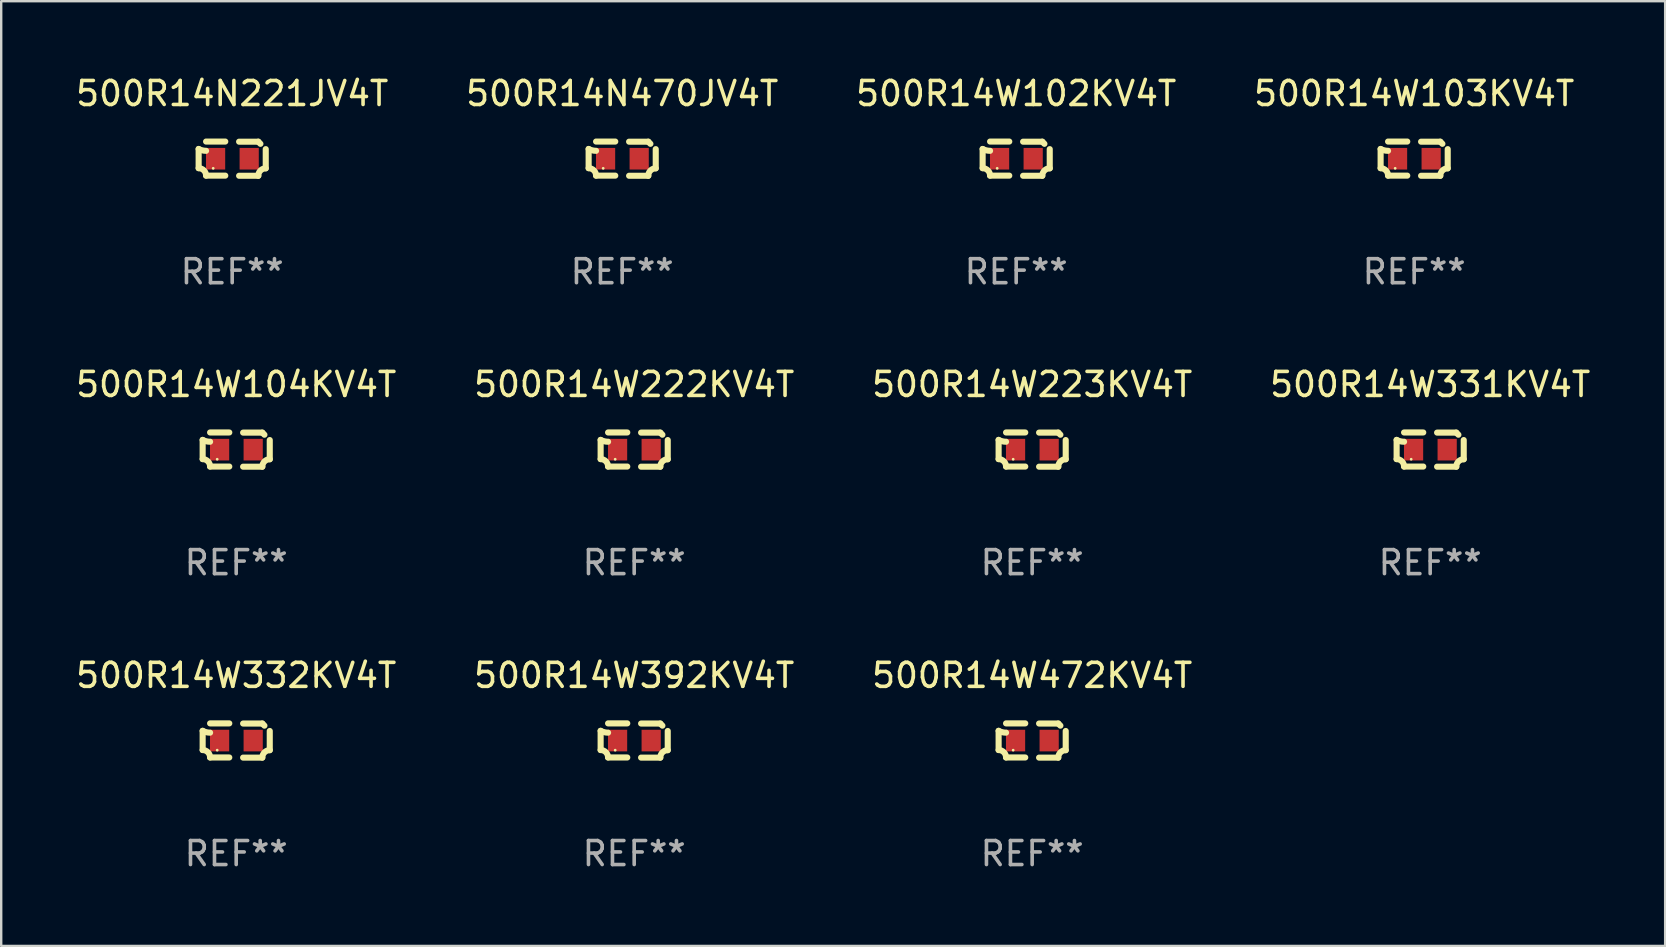
<source format=kicad_pcb>
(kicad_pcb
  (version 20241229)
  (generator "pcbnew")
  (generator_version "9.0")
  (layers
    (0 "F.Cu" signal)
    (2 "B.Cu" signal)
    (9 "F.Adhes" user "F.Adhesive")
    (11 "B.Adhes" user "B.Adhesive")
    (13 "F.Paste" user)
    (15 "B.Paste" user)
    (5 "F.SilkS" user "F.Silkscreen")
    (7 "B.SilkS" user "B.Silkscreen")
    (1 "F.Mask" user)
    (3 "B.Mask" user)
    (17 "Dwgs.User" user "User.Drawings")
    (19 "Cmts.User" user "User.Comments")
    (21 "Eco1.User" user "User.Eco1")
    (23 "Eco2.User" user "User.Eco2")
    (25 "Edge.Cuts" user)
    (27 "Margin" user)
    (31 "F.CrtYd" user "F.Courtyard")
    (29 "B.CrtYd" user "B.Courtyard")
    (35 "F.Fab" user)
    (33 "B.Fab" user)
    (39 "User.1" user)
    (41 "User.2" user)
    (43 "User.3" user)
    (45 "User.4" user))
  (footprint "500R14W103KV4T"
    (layer "F.Cu")
    (at 55.875 3.561)
    (property "Reference" "500R14W103KV4T" (at 0 -2.713 0) (layer "F.SilkS") (effects (font (size 1 1) (thickness 0.15))))
    (attr through_hole)
    (fp_line (start -1.398 -0.403) (end -1.398 0.397) (stroke (width 0.254) (type solid)) (layer "F.SilkS"))
    (fp_line (start -0.288 -0.713) (end -1.088 -0.713) (stroke (width 0.254) (type solid)) (layer "F.SilkS"))
    (fp_line (start -0.288 0.707) (end -1.088 0.707) (stroke (width 0.254) (type solid)) (layer "F.SilkS"))
    (fp_line (start 0.288 -0.707) (end 1.088 -0.707) (stroke (width 0.254) (type solid)) (layer "F.SilkS"))
    (fp_line (start 0.288 0.713) (end 1.088 0.713) (stroke (width 0.254) (type solid)) (layer "F.SilkS"))
    (fp_line (start 1.398 -0.397) (end 1.398 0.403) (stroke (width 0.254) (type solid)) (layer "F.SilkS"))
    (fp_arc (start -1.397789 0.397066) (mid -1.178701 0.487826) (end -1.08796 0.706922) (stroke (width 0.254001) (type solid)) (layer "F.SilkS"))
    (fp_arc (start -1.08796 -0.327176) (mid -1.247436 -0.346384) (end -1.39779 -0.402908) (stroke (width 0.254001) (type solid)) (layer "F.SilkS"))
    (fp_arc (start 1.087909 0.712738) (mid 1.178656 0.493655) (end 1.397739 0.402908) (stroke (width 0.254001) (type solid)) (layer "F.SilkS"))
    (fp_arc (start 1.175925 -0.618926) (mid 1.131917 -0.662923) (end 1.08791 -0.706922) (stroke (width 0.254001) (type solid)) (layer "F.SilkS"))
    (fp_circle (center -0.792 0.403) (end -0.762 0.403) (stroke (width 0.06) (type solid)) (fill no) (layer "F.SilkS"))
    (fp_text user "REF**" (at 0 4.713 0) (layer "F.Fab") (effects (font (size 1 1) (thickness 0.15))))
    (pad "1" smd rect (at -0.692 0.003) (size 0.8 0.9) (layers "F.Cu" "F.Mask" "F.Paste"))
    (pad "2" smd rect (at 0.708 0.003) (size 0.8 0.9) (layers "F.Cu" "F.Mask" "F.Paste")))
  (footprint "500R14W102KV4T"
    (layer "F.Cu")
    (at 39.292 3.561)
    (property "Reference" "500R14W102KV4T" (at 0 -2.713 0) (layer "F.SilkS") (effects (font (size 1 1) (thickness 0.15))))
    (attr through_hole)
    (fp_line (start -1.398 -0.403) (end -1.398 0.397) (stroke (width 0.254) (type solid)) (layer "F.SilkS"))
    (fp_line (start -0.288 -0.713) (end -1.088 -0.713) (stroke (width 0.254) (type solid)) (layer "F.SilkS"))
    (fp_line (start -0.288 0.707) (end -1.088 0.707) (stroke (width 0.254) (type solid)) (layer "F.SilkS"))
    (fp_line (start 0.288 -0.707) (end 1.088 -0.707) (stroke (width 0.254) (type solid)) (layer "F.SilkS"))
    (fp_line (start 0.288 0.713) (end 1.088 0.713) (stroke (width 0.254) (type solid)) (layer "F.SilkS"))
    (fp_line (start 1.398 -0.397) (end 1.398 0.403) (stroke (width 0.254) (type solid)) (layer "F.SilkS"))
    (fp_arc (start -1.397789 0.397066) (mid -1.178701 0.487826) (end -1.08796 0.706922) (stroke (width 0.254001) (type solid)) (layer "F.SilkS"))
    (fp_arc (start -1.08796 -0.327176) (mid -1.247436 -0.346384) (end -1.39779 -0.402908) (stroke (width 0.254001) (type solid)) (layer "F.SilkS"))
    (fp_arc (start 1.087909 0.712738) (mid 1.178656 0.493655) (end 1.397739 0.402908) (stroke (width 0.254001) (type solid)) (layer "F.SilkS"))
    (fp_arc (start 1.175925 -0.618926) (mid 1.131917 -0.662923) (end 1.08791 -0.706922) (stroke (width 0.254001) (type solid)) (layer "F.SilkS"))
    (fp_circle (center -0.792 0.403) (end -0.762 0.403) (stroke (width 0.06) (type solid)) (fill no) (layer "F.SilkS"))
    (fp_text user "REF**" (at 0 4.713 0) (layer "F.Fab") (effects (font (size 1 1) (thickness 0.15))))
    (pad "1" smd rect (at -0.692 0.003) (size 0.8 0.9) (layers "F.Cu" "F.Mask" "F.Paste"))
    (pad "2" smd rect (at 0.708 0.003) (size 0.8 0.9) (layers "F.Cu" "F.Mask" "F.Paste")))
  (footprint "500R14N470JV4T"
    (layer "F.Cu")
    (at 22.875 3.561)
    (property "Reference" "500R14N470JV4T" (at 0 -2.713 0) (layer "F.SilkS") (effects (font (size 1 1) (thickness 0.15))))
    (attr through_hole)
    (fp_line (start -1.398 -0.403) (end -1.398 0.397) (stroke (width 0.254) (type solid)) (layer "F.SilkS"))
    (fp_line (start -0.288 -0.713) (end -1.088 -0.713) (stroke (width 0.254) (type solid)) (layer "F.SilkS"))
    (fp_line (start -0.288 0.707) (end -1.088 0.707) (stroke (width 0.254) (type solid)) (layer "F.SilkS"))
    (fp_line (start 0.288 -0.707) (end 1.088 -0.707) (stroke (width 0.254) (type solid)) (layer "F.SilkS"))
    (fp_line (start 0.288 0.713) (end 1.088 0.713) (stroke (width 0.254) (type solid)) (layer "F.SilkS"))
    (fp_line (start 1.398 -0.397) (end 1.398 0.403) (stroke (width 0.254) (type solid)) (layer "F.SilkS"))
    (fp_arc (start -1.397789 0.397066) (mid -1.178701 0.487826) (end -1.08796 0.706922) (stroke (width 0.254001) (type solid)) (layer "F.SilkS"))
    (fp_arc (start -1.08796 -0.327176) (mid -1.247436 -0.346384) (end -1.39779 -0.402908) (stroke (width 0.254001) (type solid)) (layer "F.SilkS"))
    (fp_arc (start 1.087909 0.712738) (mid 1.178656 0.493655) (end 1.397739 0.402908) (stroke (width 0.254001) (type solid)) (layer "F.SilkS"))
    (fp_arc (start 1.175925 -0.618926) (mid 1.131917 -0.662923) (end 1.08791 -0.706922) (stroke (width 0.254001) (type solid)) (layer "F.SilkS"))
    (fp_circle (center -0.792 0.403) (end -0.762 0.403) (stroke (width 0.06) (type solid)) (fill no) (layer "F.SilkS"))
    (fp_text user "REF**" (at 0 4.713 0) (layer "F.Fab") (effects (font (size 1 1) (thickness 0.15))))
    (pad "1" smd rect (at -0.692 0.003) (size 0.8 0.9) (layers "F.Cu" "F.Mask" "F.Paste"))
    (pad "2" smd rect (at 0.708 0.003) (size 0.8 0.9) (layers "F.Cu" "F.Mask" "F.Paste")))
  (footprint "500R14W331KV4T"
    (layer "F.Cu")
    (at 56.542 15.683)
    (property "Reference" "500R14W331KV4T" (at 0 -2.713 0) (layer "F.SilkS") (effects (font (size 1 1) (thickness 0.15))))
    (attr through_hole)
    (fp_line (start -1.398 -0.403) (end -1.398 0.397) (stroke (width 0.254) (type solid)) (layer "F.SilkS"))
    (fp_line (start -0.288 -0.713) (end -1.088 -0.713) (stroke (width 0.254) (type solid)) (layer "F.SilkS"))
    (fp_line (start -0.288 0.707) (end -1.088 0.707) (stroke (width 0.254) (type solid)) (layer "F.SilkS"))
    (fp_line (start 0.288 -0.707) (end 1.088 -0.707) (stroke (width 0.254) (type solid)) (layer "F.SilkS"))
    (fp_line (start 0.288 0.713) (end 1.088 0.713) (stroke (width 0.254) (type solid)) (layer "F.SilkS"))
    (fp_line (start 1.398 -0.397) (end 1.398 0.403) (stroke (width 0.254) (type solid)) (layer "F.SilkS"))
    (fp_arc (start -1.397789 0.397066) (mid -1.178701 0.487826) (end -1.08796 0.706922) (stroke (width 0.254001) (type solid)) (layer "F.SilkS"))
    (fp_arc (start -1.08796 -0.327176) (mid -1.247436 -0.346384) (end -1.39779 -0.402908) (stroke (width 0.254001) (type solid)) (layer "F.SilkS"))
    (fp_arc (start 1.087909 0.712738) (mid 1.178656 0.493655) (end 1.397739 0.402908) (stroke (width 0.254001) (type solid)) (layer "F.SilkS"))
    (fp_arc (start 1.175925 -0.618926) (mid 1.131917 -0.662923) (end 1.08791 -0.706922) (stroke (width 0.254001) (type solid)) (layer "F.SilkS"))
    (fp_circle (center -0.792 0.403) (end -0.762 0.403) (stroke (width 0.06) (type solid)) (fill no) (layer "F.SilkS"))
    (fp_text user "REF**" (at 0 4.713 0) (layer "F.Fab") (effects (font (size 1 1) (thickness 0.15))))
    (pad "1" smd rect (at -0.692 0.003) (size 0.8 0.9) (layers "F.Cu" "F.Mask" "F.Paste"))
    (pad "2" smd rect (at 0.708 0.003) (size 0.8 0.9) (layers "F.Cu" "F.Mask" "F.Paste")))
  (footprint "500R14W392KV4T"
    (layer "F.Cu")
    (at 23.375 27.805)
    (property "Reference" "500R14W392KV4T" (at 0 -2.713 0) (layer "F.SilkS") (effects (font (size 1 1) (thickness 0.15))))
    (attr through_hole)
    (fp_line (start -1.398 -0.403) (end -1.398 0.397) (stroke (width 0.254) (type solid)) (layer "F.SilkS"))
    (fp_line (start -0.288 -0.713) (end -1.088 -0.713) (stroke (width 0.254) (type solid)) (layer "F.SilkS"))
    (fp_line (start -0.288 0.707) (end -1.088 0.707) (stroke (width 0.254) (type solid)) (layer "F.SilkS"))
    (fp_line (start 0.288 -0.707) (end 1.088 -0.707) (stroke (width 0.254) (type solid)) (layer "F.SilkS"))
    (fp_line (start 0.288 0.713) (end 1.088 0.713) (stroke (width 0.254) (type solid)) (layer "F.SilkS"))
    (fp_line (start 1.398 -0.397) (end 1.398 0.403) (stroke (width 0.254) (type solid)) (layer "F.SilkS"))
    (fp_arc (start -1.397789 0.397066) (mid -1.178701 0.487826) (end -1.08796 0.706922) (stroke (width 0.254001) (type solid)) (layer "F.SilkS"))
    (fp_arc (start -1.08796 -0.327176) (mid -1.247436 -0.346384) (end -1.39779 -0.402908) (stroke (width 0.254001) (type solid)) (layer "F.SilkS"))
    (fp_arc (start 1.087909 0.712738) (mid 1.178656 0.493655) (end 1.397739 0.402908) (stroke (width 0.254001) (type solid)) (layer "F.SilkS"))
    (fp_arc (start 1.175925 -0.618926) (mid 1.131917 -0.662923) (end 1.08791 -0.706922) (stroke (width 0.254001) (type solid)) (layer "F.SilkS"))
    (fp_circle (center -0.792 0.403) (end -0.762 0.403) (stroke (width 0.06) (type solid)) (fill no) (layer "F.SilkS"))
    (fp_text user "REF**" (at 0 4.713 0) (layer "F.Fab") (effects (font (size 1 1) (thickness 0.15))))
    (pad "1" smd rect (at -0.692 0.003) (size 0.8 0.9) (layers "F.Cu" "F.Mask" "F.Paste"))
    (pad "2" smd rect (at 0.708 0.003) (size 0.8 0.9) (layers "F.Cu" "F.Mask" "F.Paste")))
  (footprint "500R14N221JV4T"
    (layer "F.Cu")
    (at 6.625 3.561)
    (property "Reference" "500R14N221JV4T" (at 0 -2.713 0) (layer "F.SilkS") (effects (font (size 1 1) (thickness 0.15))))
    (attr through_hole)
    (fp_line (start -1.398 -0.403) (end -1.398 0.397) (stroke (width 0.254) (type solid)) (layer "F.SilkS"))
    (fp_line (start -0.288 -0.713) (end -1.088 -0.713) (stroke (width 0.254) (type solid)) (layer "F.SilkS"))
    (fp_line (start -0.288 0.707) (end -1.088 0.707) (stroke (width 0.254) (type solid)) (layer "F.SilkS"))
    (fp_line (start 0.288 -0.707) (end 1.088 -0.707) (stroke (width 0.254) (type solid)) (layer "F.SilkS"))
    (fp_line (start 0.288 0.713) (end 1.088 0.713) (stroke (width 0.254) (type solid)) (layer "F.SilkS"))
    (fp_line (start 1.398 -0.397) (end 1.398 0.403) (stroke (width 0.254) (type solid)) (layer "F.SilkS"))
    (fp_arc (start -1.397789 0.397066) (mid -1.178701 0.487826) (end -1.08796 0.706922) (stroke (width 0.254001) (type solid)) (layer "F.SilkS"))
    (fp_arc (start -1.08796 -0.327176) (mid -1.247436 -0.346384) (end -1.39779 -0.402908) (stroke (width 0.254001) (type solid)) (layer "F.SilkS"))
    (fp_arc (start 1.087909 0.712738) (mid 1.178656 0.493655) (end 1.397739 0.402908) (stroke (width 0.254001) (type solid)) (layer "F.SilkS"))
    (fp_arc (start 1.175925 -0.618926) (mid 1.131917 -0.662923) (end 1.08791 -0.706922) (stroke (width 0.254001) (type solid)) (layer "F.SilkS"))
    (fp_circle (center -0.792 0.403) (end -0.762 0.403) (stroke (width 0.06) (type solid)) (fill no) (layer "F.SilkS"))
    (fp_text user "REF**" (at 0 4.713 0) (layer "F.Fab") (effects (font (size 1 1) (thickness 0.15))))
    (pad "1" smd rect (at -0.692 0.003) (size 0.8 0.9) (layers "F.Cu" "F.Mask" "F.Paste"))
    (pad "2" smd rect (at 0.708 0.003) (size 0.8 0.9) (layers "F.Cu" "F.Mask" "F.Paste")))
  (footprint "500R14W223KV4T"
    (layer "F.Cu")
    (at 39.958 15.683)
    (property "Reference" "500R14W223KV4T" (at 0 -2.713 0) (layer "F.SilkS") (effects (font (size 1 1) (thickness 0.15))))
    (attr through_hole)
    (fp_line (start -1.398 -0.403) (end -1.398 0.397) (stroke (width 0.254) (type solid)) (layer "F.SilkS"))
    (fp_line (start -0.288 -0.713) (end -1.088 -0.713) (stroke (width 0.254) (type solid)) (layer "F.SilkS"))
    (fp_line (start -0.288 0.707) (end -1.088 0.707) (stroke (width 0.254) (type solid)) (layer "F.SilkS"))
    (fp_line (start 0.288 -0.707) (end 1.088 -0.707) (stroke (width 0.254) (type solid)) (layer "F.SilkS"))
    (fp_line (start 0.288 0.713) (end 1.088 0.713) (stroke (width 0.254) (type solid)) (layer "F.SilkS"))
    (fp_line (start 1.398 -0.397) (end 1.398 0.403) (stroke (width 0.254) (type solid)) (layer "F.SilkS"))
    (fp_arc (start -1.397789 0.397066) (mid -1.178701 0.487826) (end -1.08796 0.706922) (stroke (width 0.254001) (type solid)) (layer "F.SilkS"))
    (fp_arc (start -1.08796 -0.327176) (mid -1.247436 -0.346384) (end -1.39779 -0.402908) (stroke (width 0.254001) (type solid)) (layer "F.SilkS"))
    (fp_arc (start 1.087909 0.712738) (mid 1.178656 0.493655) (end 1.397739 0.402908) (stroke (width 0.254001) (type solid)) (layer "F.SilkS"))
    (fp_arc (start 1.175925 -0.618926) (mid 1.131917 -0.662923) (end 1.08791 -0.706922) (stroke (width 0.254001) (type solid)) (layer "F.SilkS"))
    (fp_circle (center -0.792 0.403) (end -0.762 0.403) (stroke (width 0.06) (type solid)) (fill no) (layer "F.SilkS"))
    (fp_text user "REF**" (at 0 4.713 0) (layer "F.Fab") (effects (font (size 1 1) (thickness 0.15))))
    (pad "1" smd rect (at -0.692 0.003) (size 0.8 0.9) (layers "F.Cu" "F.Mask" "F.Paste"))
    (pad "2" smd rect (at 0.708 0.003) (size 0.8 0.9) (layers "F.Cu" "F.Mask" "F.Paste")))
  (footprint "500R14W332KV4T"
    (layer "F.Cu")
    (at 6.792 27.805)
    (property "Reference" "500R14W332KV4T" (at 0 -2.713 0) (layer "F.SilkS") (effects (font (size 1 1) (thickness 0.15))))
    (attr through_hole)
    (fp_line (start -1.398 -0.403) (end -1.398 0.397) (stroke (width 0.254) (type solid)) (layer "F.SilkS"))
    (fp_line (start -0.288 -0.713) (end -1.088 -0.713) (stroke (width 0.254) (type solid)) (layer "F.SilkS"))
    (fp_line (start -0.288 0.707) (end -1.088 0.707) (stroke (width 0.254) (type solid)) (layer "F.SilkS"))
    (fp_line (start 0.288 -0.707) (end 1.088 -0.707) (stroke (width 0.254) (type solid)) (layer "F.SilkS"))
    (fp_line (start 0.288 0.713) (end 1.088 0.713) (stroke (width 0.254) (type solid)) (layer "F.SilkS"))
    (fp_line (start 1.398 -0.397) (end 1.398 0.403) (stroke (width 0.254) (type solid)) (layer "F.SilkS"))
    (fp_arc (start -1.397789 0.397066) (mid -1.178701 0.487826) (end -1.08796 0.706922) (stroke (width 0.254001) (type solid)) (layer "F.SilkS"))
    (fp_arc (start -1.08796 -0.327176) (mid -1.247436 -0.346384) (end -1.39779 -0.402908) (stroke (width 0.254001) (type solid)) (layer "F.SilkS"))
    (fp_arc (start 1.087909 0.712738) (mid 1.178656 0.493655) (end 1.397739 0.402908) (stroke (width 0.254001) (type solid)) (layer "F.SilkS"))
    (fp_arc (start 1.175925 -0.618926) (mid 1.131917 -0.662923) (end 1.08791 -0.706922) (stroke (width 0.254001) (type solid)) (layer "F.SilkS"))
    (fp_circle (center -0.792 0.403) (end -0.762 0.403) (stroke (width 0.06) (type solid)) (fill no) (layer "F.SilkS"))
    (fp_text user "REF**" (at 0 4.713 0) (layer "F.Fab") (effects (font (size 1 1) (thickness 0.15))))
    (pad "1" smd rect (at -0.692 0.003) (size 0.8 0.9) (layers "F.Cu" "F.Mask" "F.Paste"))
    (pad "2" smd rect (at 0.708 0.003) (size 0.8 0.9) (layers "F.Cu" "F.Mask" "F.Paste")))
  (footprint "500R14W104KV4T"
    (layer "F.Cu")
    (at 6.792 15.683)
    (property "Reference" "500R14W104KV4T" (at 0 -2.713 0) (layer "F.SilkS") (effects (font (size 1 1) (thickness 0.15))))
    (attr through_hole)
    (fp_line (start -1.398 -0.403) (end -1.398 0.397) (stroke (width 0.254) (type solid)) (layer "F.SilkS"))
    (fp_line (start -0.288 -0.713) (end -1.088 -0.713) (stroke (width 0.254) (type solid)) (layer "F.SilkS"))
    (fp_line (start -0.288 0.707) (end -1.088 0.707) (stroke (width 0.254) (type solid)) (layer "F.SilkS"))
    (fp_line (start 0.288 -0.707) (end 1.088 -0.707) (stroke (width 0.254) (type solid)) (layer "F.SilkS"))
    (fp_line (start 0.288 0.713) (end 1.088 0.713) (stroke (width 0.254) (type solid)) (layer "F.SilkS"))
    (fp_line (start 1.398 -0.397) (end 1.398 0.403) (stroke (width 0.254) (type solid)) (layer "F.SilkS"))
    (fp_arc (start -1.397789 0.397066) (mid -1.178701 0.487826) (end -1.08796 0.706922) (stroke (width 0.254001) (type solid)) (layer "F.SilkS"))
    (fp_arc (start -1.08796 -0.327176) (mid -1.247436 -0.346384) (end -1.39779 -0.402908) (stroke (width 0.254001) (type solid)) (layer "F.SilkS"))
    (fp_arc (start 1.087909 0.712738) (mid 1.178656 0.493655) (end 1.397739 0.402908) (stroke (width 0.254001) (type solid)) (layer "F.SilkS"))
    (fp_arc (start 1.175925 -0.618926) (mid 1.131917 -0.662923) (end 1.08791 -0.706922) (stroke (width 0.254001) (type solid)) (layer "F.SilkS"))
    (fp_circle (center -0.792 0.403) (end -0.762 0.403) (stroke (width 0.06) (type solid)) (fill no) (layer "F.SilkS"))
    (fp_text user "REF**" (at 0 4.713 0) (layer "F.Fab") (effects (font (size 1 1) (thickness 0.15))))
    (pad "1" smd rect (at -0.692 0.003) (size 0.8 0.9) (layers "F.Cu" "F.Mask" "F.Paste"))
    (pad "2" smd rect (at 0.708 0.003) (size 0.8 0.9) (layers "F.Cu" "F.Mask" "F.Paste")))
  (footprint "500R14W472KV4T"
    (layer "F.Cu")
    (at 39.958 27.805)
    (property "Reference" "500R14W472KV4T" (at 0 -2.713 0) (layer "F.SilkS") (effects (font (size 1 1) (thickness 0.15))))
    (attr through_hole)
    (fp_line (start -1.398 -0.403) (end -1.398 0.397) (stroke (width 0.254) (type solid)) (layer "F.SilkS"))
    (fp_line (start -0.288 -0.713) (end -1.088 -0.713) (stroke (width 0.254) (type solid)) (layer "F.SilkS"))
    (fp_line (start -0.288 0.707) (end -1.088 0.707) (stroke (width 0.254) (type solid)) (layer "F.SilkS"))
    (fp_line (start 0.288 -0.707) (end 1.088 -0.707) (stroke (width 0.254) (type solid)) (layer "F.SilkS"))
    (fp_line (start 0.288 0.713) (end 1.088 0.713) (stroke (width 0.254) (type solid)) (layer "F.SilkS"))
    (fp_line (start 1.398 -0.397) (end 1.398 0.403) (stroke (width 0.254) (type solid)) (layer "F.SilkS"))
    (fp_arc (start -1.397789 0.397066) (mid -1.178701 0.487826) (end -1.08796 0.706922) (stroke (width 0.254001) (type solid)) (layer "F.SilkS"))
    (fp_arc (start -1.08796 -0.327176) (mid -1.247436 -0.346384) (end -1.39779 -0.402908) (stroke (width 0.254001) (type solid)) (layer "F.SilkS"))
    (fp_arc (start 1.087909 0.712738) (mid 1.178656 0.493655) (end 1.397739 0.402908) (stroke (width 0.254001) (type solid)) (layer "F.SilkS"))
    (fp_arc (start 1.175925 -0.618926) (mid 1.131917 -0.662923) (end 1.08791 -0.706922) (stroke (width 0.254001) (type solid)) (layer "F.SilkS"))
    (fp_circle (center -0.792 0.403) (end -0.762 0.403) (stroke (width 0.06) (type solid)) (fill no) (layer "F.SilkS"))
    (fp_text user "REF**" (at 0 4.713 0) (layer "F.Fab") (effects (font (size 1 1) (thickness 0.15))))
    (pad "1" smd rect (at -0.692 0.003) (size 0.8 0.9) (layers "F.Cu" "F.Mask" "F.Paste"))
    (pad "2" smd rect (at 0.708 0.003) (size 0.8 0.9) (layers "F.Cu" "F.Mask" "F.Paste")))
  (footprint "500R14W222KV4T"
    (layer "F.Cu")
    (at 23.375 15.683)
    (property "Reference" "500R14W222KV4T" (at 0 -2.713 0) (layer "F.SilkS") (effects (font (size 1 1) (thickness 0.15))))
    (attr through_hole)
    (fp_line (start -1.398 -0.403) (end -1.398 0.397) (stroke (width 0.254) (type solid)) (layer "F.SilkS"))
    (fp_line (start -0.288 -0.713) (end -1.088 -0.713) (stroke (width 0.254) (type solid)) (layer "F.SilkS"))
    (fp_line (start -0.288 0.707) (end -1.088 0.707) (stroke (width 0.254) (type solid)) (layer "F.SilkS"))
    (fp_line (start 0.288 -0.707) (end 1.088 -0.707) (stroke (width 0.254) (type solid)) (layer "F.SilkS"))
    (fp_line (start 0.288 0.713) (end 1.088 0.713) (stroke (width 0.254) (type solid)) (layer "F.SilkS"))
    (fp_line (start 1.398 -0.397) (end 1.398 0.403) (stroke (width 0.254) (type solid)) (layer "F.SilkS"))
    (fp_arc (start -1.397789 0.397066) (mid -1.178701 0.487826) (end -1.08796 0.706922) (stroke (width 0.254001) (type solid)) (layer "F.SilkS"))
    (fp_arc (start -1.08796 -0.327176) (mid -1.247436 -0.346384) (end -1.39779 -0.402908) (stroke (width 0.254001) (type solid)) (layer "F.SilkS"))
    (fp_arc (start 1.087909 0.712738) (mid 1.178656 0.493655) (end 1.397739 0.402908) (stroke (width 0.254001) (type solid)) (layer "F.SilkS"))
    (fp_arc (start 1.175925 -0.618926) (mid 1.131917 -0.662923) (end 1.08791 -0.706922) (stroke (width 0.254001) (type solid)) (layer "F.SilkS"))
    (fp_circle (center -0.792 0.403) (end -0.762 0.403) (stroke (width 0.06) (type solid)) (fill no) (layer "F.SilkS"))
    (fp_text user "REF**" (at 0 4.713 0) (layer "F.Fab") (effects (font (size 1 1) (thickness 0.15))))
    (pad "1" smd rect (at -0.692 0.003) (size 0.8 0.9) (layers "F.Cu" "F.Mask" "F.Paste"))
    (pad "2" smd rect (at 0.708 0.003) (size 0.8 0.9) (layers "F.Cu" "F.Mask" "F.Paste")))
  (gr_rect
    (start -3 -3)
    (end 66.333 36.366)
    (stroke (width 0.1) (type default))
    (fill no)
    (layer "Edge.Cuts")))
</source>
